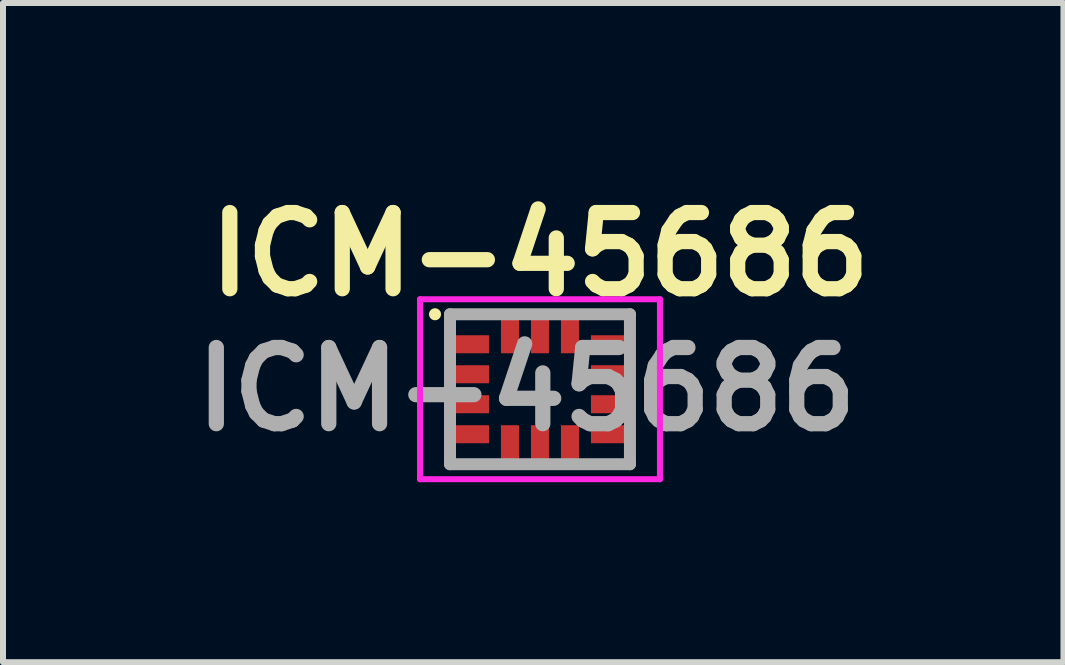
<source format=kicad_pcb>
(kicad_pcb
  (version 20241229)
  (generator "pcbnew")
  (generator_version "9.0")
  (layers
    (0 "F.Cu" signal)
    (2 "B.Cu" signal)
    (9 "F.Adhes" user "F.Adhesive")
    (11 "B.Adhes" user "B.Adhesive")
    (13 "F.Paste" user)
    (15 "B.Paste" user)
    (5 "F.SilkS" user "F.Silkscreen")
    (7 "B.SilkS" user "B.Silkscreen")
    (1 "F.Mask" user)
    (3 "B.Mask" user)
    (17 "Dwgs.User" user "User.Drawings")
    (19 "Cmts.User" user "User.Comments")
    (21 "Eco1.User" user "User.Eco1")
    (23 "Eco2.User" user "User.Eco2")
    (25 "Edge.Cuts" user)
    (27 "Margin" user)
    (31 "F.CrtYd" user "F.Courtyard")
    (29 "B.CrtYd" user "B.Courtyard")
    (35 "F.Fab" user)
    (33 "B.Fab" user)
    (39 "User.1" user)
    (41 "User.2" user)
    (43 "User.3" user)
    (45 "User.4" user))
  (footprint "ICM-45686"
    (layer "F.Cu")
    (at 5.952 3.439)
    (property "Reference" "ICM-45686" (at 0 -2.25 0) (layer "F.SilkS") (effects (font (size 1.27 1.27) (thickness 0.254))))
    (attr smd)
    (fp_line (start -1.5 -1.25) (end -0.8 -1.25) (stroke (width 0.1) (type solid)) (layer "F.SilkS"))
    (fp_line (start -1.5 -1) (end -1.5 -1.25) (stroke (width 0.1) (type solid)) (layer "F.SilkS"))
    (fp_line (start -1.5 1.1) (end -1.5 1.25) (stroke (width 0.1) (type solid)) (layer "F.SilkS"))
    (fp_line (start -1.5 1.25) (end -0.8 1.25) (stroke (width 0.1) (type solid)) (layer "F.SilkS"))
    (fp_line (start 0.8 -1.25) (end 1.5 -1.25) (stroke (width 0.1) (type solid)) (layer "F.SilkS"))
    (fp_line (start 0.8 1.25) (end 1.5 1.25) (stroke (width 0.1) (type solid)) (layer "F.SilkS"))
    (fp_line (start 1.5 -1.25) (end 1.5 -1) (stroke (width 0.1) (type solid)) (layer "F.SilkS"))
    (fp_line (start 1.5 1.25) (end 1.5 1) (stroke (width 0.1) (type solid)) (layer "F.SilkS"))
    (fp_circle (center -1.75 -1.25) (end -1.7 -1.25) (stroke (width 0.1) (type solid)) (fill yes) (layer "F.SilkS"))
    (fp_line (start -2 -1.5) (end 2 -1.5) (stroke (width 0.1) (type solid)) (layer "F.CrtYd"))
    (fp_line (start -2 1.5) (end -2 -1.5) (stroke (width 0.1) (type solid)) (layer "F.CrtYd"))
    (fp_line (start 2 -1.5) (end 2 1.5) (stroke (width 0.1) (type solid)) (layer "F.CrtYd"))
    (fp_line (start 2 1.5) (end -2 1.5) (stroke (width 0.1) (type solid)) (layer "F.CrtYd"))
    (fp_line (start -1.5 -1.25) (end 1.5 -1.25) (stroke (width 0.2) (type solid)) (layer "F.Fab"))
    (fp_line (start -1.5 1.25) (end -1.5 -1.25) (stroke (width 0.2) (type solid)) (layer "F.Fab"))
    (fp_line (start 1.5 -1.25) (end 1.5 1.25) (stroke (width 0.2) (type solid)) (layer "F.Fab"))
    (fp_line (start 1.5 1.25) (end -1.5 1.25) (stroke (width 0.2) (type solid)) (layer "F.Fab"))
    (fp_text user "${REFERENCE}" (at -0.225 0 0) (layer "F.Fab") (effects (font (size 1.27 1.27) (thickness 0.254))))
    (pad "1" smd rect (at -1.15 -0.75 90) (size 0.3 0.6) (layers "F.Cu" "F.Mask" "F.Paste"))
    (pad "2" smd rect (at -1.15 -0.25 90) (size 0.3 0.6) (layers "F.Cu" "F.Mask" "F.Paste"))
    (pad "3" smd rect (at -1.15 0.25 90) (size 0.3 0.6) (layers "F.Cu" "F.Mask" "F.Paste"))
    (pad "4" smd rect (at -1.15 0.75 90) (size 0.3 0.6) (layers "F.Cu" "F.Mask" "F.Paste"))
    (pad "5" smd rect (at -0.5 0.9) (size 0.3 0.6) (layers "F.Cu" "F.Mask" "F.Paste"))
    (pad "6" smd rect (at 0 0.9) (size 0.3 0.6) (layers "F.Cu" "F.Mask" "F.Paste"))
    (pad "7" smd rect (at 0.5 0.9) (size 0.3 0.6) (layers "F.Cu" "F.Mask" "F.Paste"))
    (pad "8" smd rect (at 1.15 0.75 90) (size 0.3 0.6) (layers "F.Cu" "F.Mask" "F.Paste"))
    (pad "9" smd rect (at 1.15 0.25 90) (size 0.3 0.6) (layers "F.Cu" "F.Mask" "F.Paste"))
    (pad "10" smd rect (at 1.15 -0.25 90) (size 0.3 0.6) (layers "F.Cu" "F.Mask" "F.Paste"))
    (pad "11" smd rect (at 1.15 -0.75 90) (size 0.3 0.6) (layers "F.Cu" "F.Mask" "F.Paste"))
    (pad "12" smd rect (at 0.5 -0.9) (size 0.3 0.6) (layers "F.Cu" "F.Mask" "F.Paste"))
    (pad "13" smd rect (at 0 -0.9) (size 0.3 0.6) (layers "F.Cu" "F.Mask" "F.Paste"))
    (pad "14" smd rect (at -0.5 -0.9) (size 0.3 0.6) (layers "F.Cu" "F.Mask" "F.Paste")))
  (gr_rect
    (start -3 -3)
    (end 14.679 7.989)
    (stroke (width 0.1) (type default))
    (fill no)
    (layer "Edge.Cuts")))
</source>
